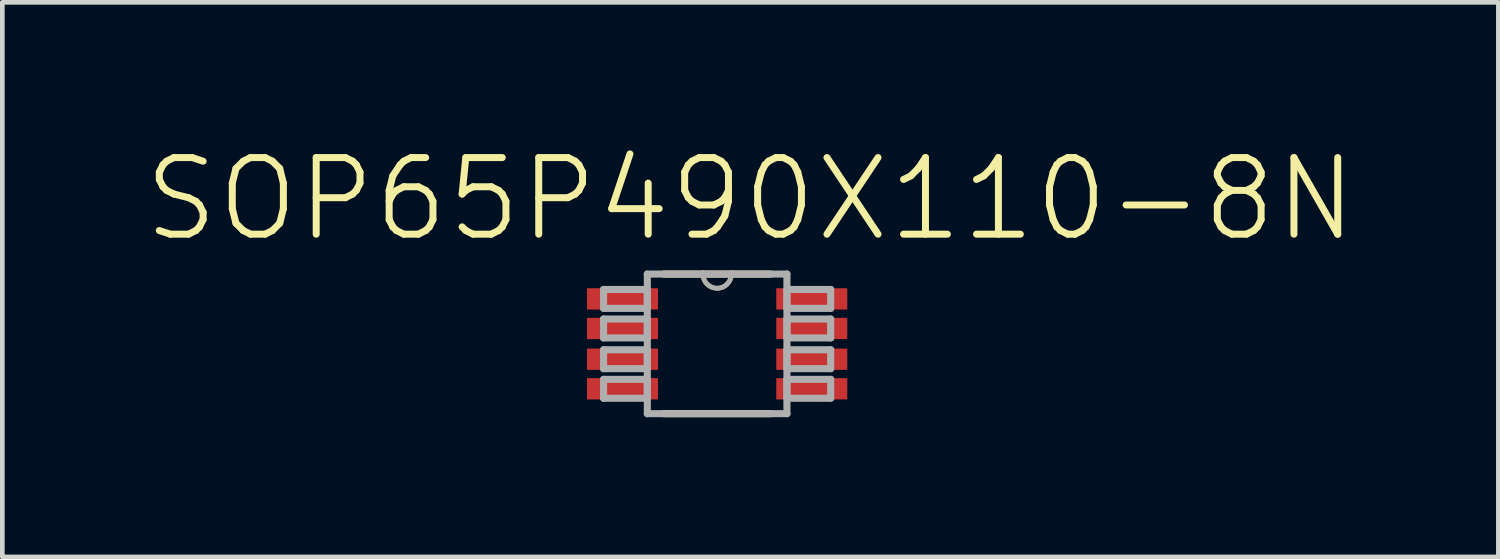
<source format=kicad_pcb>
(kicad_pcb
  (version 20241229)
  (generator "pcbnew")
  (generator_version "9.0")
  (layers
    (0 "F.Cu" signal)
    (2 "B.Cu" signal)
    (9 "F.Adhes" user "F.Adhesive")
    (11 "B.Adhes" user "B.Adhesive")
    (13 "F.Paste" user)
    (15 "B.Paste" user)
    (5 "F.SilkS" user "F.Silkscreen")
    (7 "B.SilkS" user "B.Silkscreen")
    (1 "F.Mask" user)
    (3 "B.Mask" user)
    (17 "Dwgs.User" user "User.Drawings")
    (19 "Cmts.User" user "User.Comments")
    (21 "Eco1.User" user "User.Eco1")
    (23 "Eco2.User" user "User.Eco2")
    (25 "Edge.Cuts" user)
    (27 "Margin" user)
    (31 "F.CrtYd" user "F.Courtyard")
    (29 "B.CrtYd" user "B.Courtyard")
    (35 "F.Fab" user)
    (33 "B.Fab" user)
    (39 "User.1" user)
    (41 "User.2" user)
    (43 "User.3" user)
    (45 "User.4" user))
  (footprint "SOP65P490X110-8N"
    (layer "F.Cu")
    (at 12.348 4.333)
    (property "Reference" "SOP65P490X110-8N" (at 0.713 -3.108 0) (layer "F.SilkS") (effects (font (size 1.645 1.645) (thickness 0.15))))
    (attr smd)
    (fp_line (start -1.143 1.499) (end 1.143 1.499) (stroke (width 0.152) (type solid)) (layer "F.SilkS"))
    (fp_line (start -0.305 -1.499) (end -1.143 -1.499) (stroke (width 0.152) (type solid)) (layer "F.SilkS"))
    (fp_line (start 0.305 -1.499) (end -0.305 -1.499) (stroke (width 0.152) (type solid)) (layer "F.SilkS"))
    (fp_line (start 1.143 -1.499) (end 0.305 -1.499) (stroke (width 0.152) (type solid)) (layer "F.SilkS"))
    (fp_arc (start 0.3048 -1.4986) (mid 0 -1.1938) (end -0.3048 -1.4986) (stroke (width 0.1) (type solid)) (layer "F.SilkS"))
    (fp_line (start -2.438 -1.168) (end -2.438 -0.762) (stroke (width 0.152) (type solid)) (layer "F.Fab"))
    (fp_line (start -2.438 -0.762) (end -1.499 -0.762) (stroke (width 0.152) (type solid)) (layer "F.Fab"))
    (fp_line (start -2.438 -0.533) (end -2.438 -0.127) (stroke (width 0.152) (type solid)) (layer "F.Fab"))
    (fp_line (start -2.438 -0.127) (end -1.499 -0.127) (stroke (width 0.152) (type solid)) (layer "F.Fab"))
    (fp_line (start -2.438 0.127) (end -2.438 0.533) (stroke (width 0.152) (type solid)) (layer "F.Fab"))
    (fp_line (start -2.438 0.533) (end -1.499 0.533) (stroke (width 0.152) (type solid)) (layer "F.Fab"))
    (fp_line (start -2.438 0.762) (end -2.438 1.168) (stroke (width 0.152) (type solid)) (layer "F.Fab"))
    (fp_line (start -2.438 1.168) (end -1.499 1.168) (stroke (width 0.152) (type solid)) (layer "F.Fab"))
    (fp_line (start -1.499 -1.499) (end -1.499 1.499) (stroke (width 0.152) (type solid)) (layer "F.Fab"))
    (fp_line (start -1.499 -1.168) (end -2.438 -1.168) (stroke (width 0.152) (type solid)) (layer "F.Fab"))
    (fp_line (start -1.499 -0.762) (end -1.499 -1.168) (stroke (width 0.152) (type solid)) (layer "F.Fab"))
    (fp_line (start -1.499 -0.533) (end -2.438 -0.533) (stroke (width 0.152) (type solid)) (layer "F.Fab"))
    (fp_line (start -1.499 -0.127) (end -1.499 -0.533) (stroke (width 0.152) (type solid)) (layer "F.Fab"))
    (fp_line (start -1.499 0.127) (end -2.438 0.127) (stroke (width 0.152) (type solid)) (layer "F.Fab"))
    (fp_line (start -1.499 0.533) (end -1.499 0.127) (stroke (width 0.152) (type solid)) (layer "F.Fab"))
    (fp_line (start -1.499 0.762) (end -2.438 0.762) (stroke (width 0.152) (type solid)) (layer "F.Fab"))
    (fp_line (start -1.499 1.168) (end -1.499 0.762) (stroke (width 0.152) (type solid)) (layer "F.Fab"))
    (fp_line (start -1.499 1.499) (end 1.499 1.499) (stroke (width 0.152) (type solid)) (layer "F.Fab"))
    (fp_line (start -0.305 -1.499) (end -1.499 -1.499) (stroke (width 0.152) (type solid)) (layer "F.Fab"))
    (fp_line (start 0.305 -1.499) (end -0.305 -1.499) (stroke (width 0.152) (type solid)) (layer "F.Fab"))
    (fp_line (start 1.499 -1.499) (end 0.305 -1.499) (stroke (width 0.152) (type solid)) (layer "F.Fab"))
    (fp_line (start 1.499 -1.168) (end 1.499 -0.762) (stroke (width 0.152) (type solid)) (layer "F.Fab"))
    (fp_line (start 1.499 -0.762) (end 2.438 -0.762) (stroke (width 0.152) (type solid)) (layer "F.Fab"))
    (fp_line (start 1.499 -0.533) (end 1.499 -0.127) (stroke (width 0.152) (type solid)) (layer "F.Fab"))
    (fp_line (start 1.499 -0.127) (end 2.438 -0.127) (stroke (width 0.152) (type solid)) (layer "F.Fab"))
    (fp_line (start 1.499 0.127) (end 1.499 0.533) (stroke (width 0.152) (type solid)) (layer "F.Fab"))
    (fp_line (start 1.499 0.533) (end 2.438 0.533) (stroke (width 0.152) (type solid)) (layer "F.Fab"))
    (fp_line (start 1.499 0.762) (end 1.499 1.168) (stroke (width 0.152) (type solid)) (layer "F.Fab"))
    (fp_line (start 1.499 1.168) (end 2.438 1.168) (stroke (width 0.152) (type solid)) (layer "F.Fab"))
    (fp_line (start 1.499 1.499) (end 1.499 -1.499) (stroke (width 0.152) (type solid)) (layer "F.Fab"))
    (fp_line (start 2.438 -1.168) (end 1.499 -1.168) (stroke (width 0.152) (type solid)) (layer "F.Fab"))
    (fp_line (start 2.438 -0.762) (end 2.438 -1.168) (stroke (width 0.152) (type solid)) (layer "F.Fab"))
    (fp_line (start 2.438 -0.533) (end 1.499 -0.533) (stroke (width 0.152) (type solid)) (layer "F.Fab"))
    (fp_line (start 2.438 -0.127) (end 2.438 -0.533) (stroke (width 0.152) (type solid)) (layer "F.Fab"))
    (fp_line (start 2.438 0.127) (end 1.499 0.127) (stroke (width 0.152) (type solid)) (layer "F.Fab"))
    (fp_line (start 2.438 0.533) (end 2.438 0.127) (stroke (width 0.152) (type solid)) (layer "F.Fab"))
    (fp_line (start 2.438 0.762) (end 1.499 0.762) (stroke (width 0.152) (type solid)) (layer "F.Fab"))
    (fp_line (start 2.438 1.168) (end 2.438 0.762) (stroke (width 0.152) (type solid)) (layer "F.Fab"))
    (fp_arc (start 0.3048 -1.4986) (mid 0 -1.1938) (end -0.3048 -1.4986) (stroke (width 0.1) (type solid)) (layer "F.Fab"))
    (pad "1" smd rect (at -2.032 -0.965) (size 1.524 0.457) (layers "F.Cu" "F.Mask" "F.Paste"))
    (pad "2" smd rect (at -2.032 -0.33) (size 1.524 0.457) (layers "F.Cu" "F.Mask" "F.Paste"))
    (pad "3" smd rect (at -2.032 0.33) (size 1.524 0.457) (layers "F.Cu" "F.Mask" "F.Paste"))
    (pad "4" smd rect (at -2.032 0.965) (size 1.524 0.457) (layers "F.Cu" "F.Mask" "F.Paste"))
    (pad "5" smd rect (at 2.032 0.965) (size 1.524 0.457) (layers "F.Cu" "F.Mask" "F.Paste"))
    (pad "6" smd rect (at 2.032 0.33) (size 1.524 0.457) (layers "F.Cu" "F.Mask" "F.Paste"))
    (pad "7" smd rect (at 2.032 -0.33) (size 1.524 0.457) (layers "F.Cu" "F.Mask" "F.Paste"))
    (pad "8" smd rect (at 2.032 -0.965) (size 1.524 0.457) (layers "F.Cu" "F.Mask" "F.Paste")))
  (gr_rect
    (start -3 -3)
    (end 29.122 8.908)
    (stroke (width 0.1) (type default))
    (fill no)
    (layer "Edge.Cuts")))
</source>
